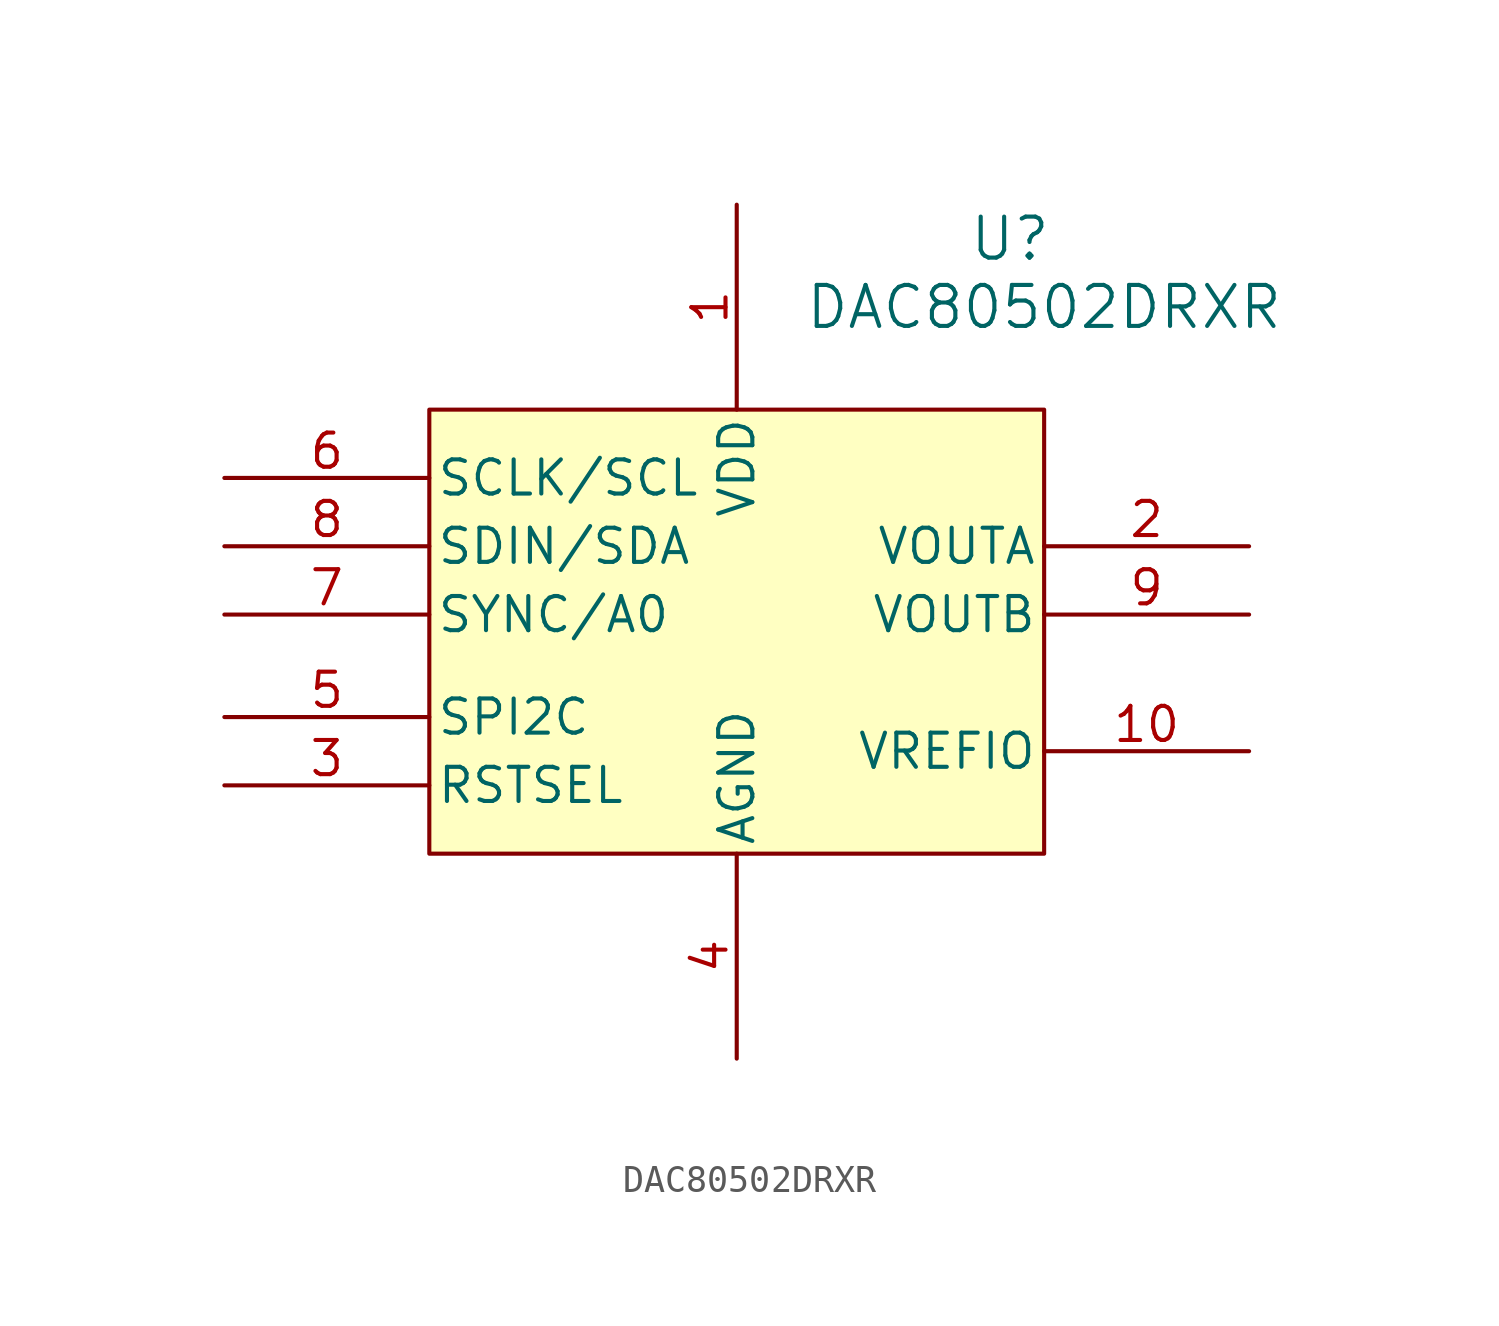
<source format=kicad_sym>
(kicad_symbol_lib
  (version 20220914)
  (generator kicad_symbol_editor)
  (symbol "DAC80502DRXR"
    (pin_names
      (offset 0.254))
    (property "Reference" "U"
      (at 35.56 13.97 0)
      (effects (font (size 1.524 1.524))))
    (property "Value" "DAC80502DRXR"
      (at 36.83 11.43 0)
      (effects (font (size 1.524 1.524))))
    (property "ki_locked" ""
      (at 0 0 0)
      (effects (font (size 1.27 1.27))))
    (symbol "DAC80502DRXR_0_1"
      (pin power_in line (at 25.4 15.24 270) (length 7.62) (name "VDD" (effects (font (size 1.27 1.27)))) (number "1" (effects (font (size 1.27 1.27)))))
      (pin power_in line (at 44.45 -5.08 180) (length 7.62) (name "VREFIO" (effects (font (size 1.27 1.27)))) (number "10" (effects (font (size 1.27 1.27)))))
      (pin output line (at 44.45 2.54 180) (length 7.62) (name "VOUTA" (effects (font (size 1.27 1.27)))) (number "2" (effects (font (size 1.27 1.27)))))
      (pin unspecified line (at 6.35 -6.35 0) (length 7.62) (name "RSTSEL" (effects (font (size 1.27 1.27)))) (number "3" (effects (font (size 1.27 1.27)))))
      (pin power_out line (at 25.4 -16.51 90) (length 7.62) (name "AGND" (effects (font (size 1.27 1.27)))) (number "4" (effects (font (size 1.27 1.27)))))
      (pin unspecified line (at 6.35 -3.81 0) (length 7.62) (name "SPI2C" (effects (font (size 1.27 1.27)))) (number "5" (effects (font (size 1.27 1.27)))))
      (pin unspecified line (at 6.35 5.08 0) (length 7.62) (name "SCLK/SCL" (effects (font (size 1.27 1.27)))) (number "6" (effects (font (size 1.27 1.27)))))
      (pin unspecified line (at 6.35 0 0) (length 7.62) (name "SYNC/A0" (effects (font (size 1.27 1.27)))) (number "7" (effects (font (size 1.27 1.27)))))
      (pin unspecified line (at 6.35 2.54 0) (length 7.62) (name "SDIN/SDA" (effects (font (size 1.27 1.27)))) (number "8" (effects (font (size 1.27 1.27)))))
      (pin output line (at 44.45 0 180) (length 7.62) (name "VOUTB" (effects (font (size 1.27 1.27)))) (number "9" (effects (font (size 1.27 1.27))))))
    (symbol "DAC80502DRXR_1_1"
      (rectangle (start 13.97 7.62) (end 36.83 -8.89) (stroke (width 0) (type default)) (fill (type background))))))
</source>
